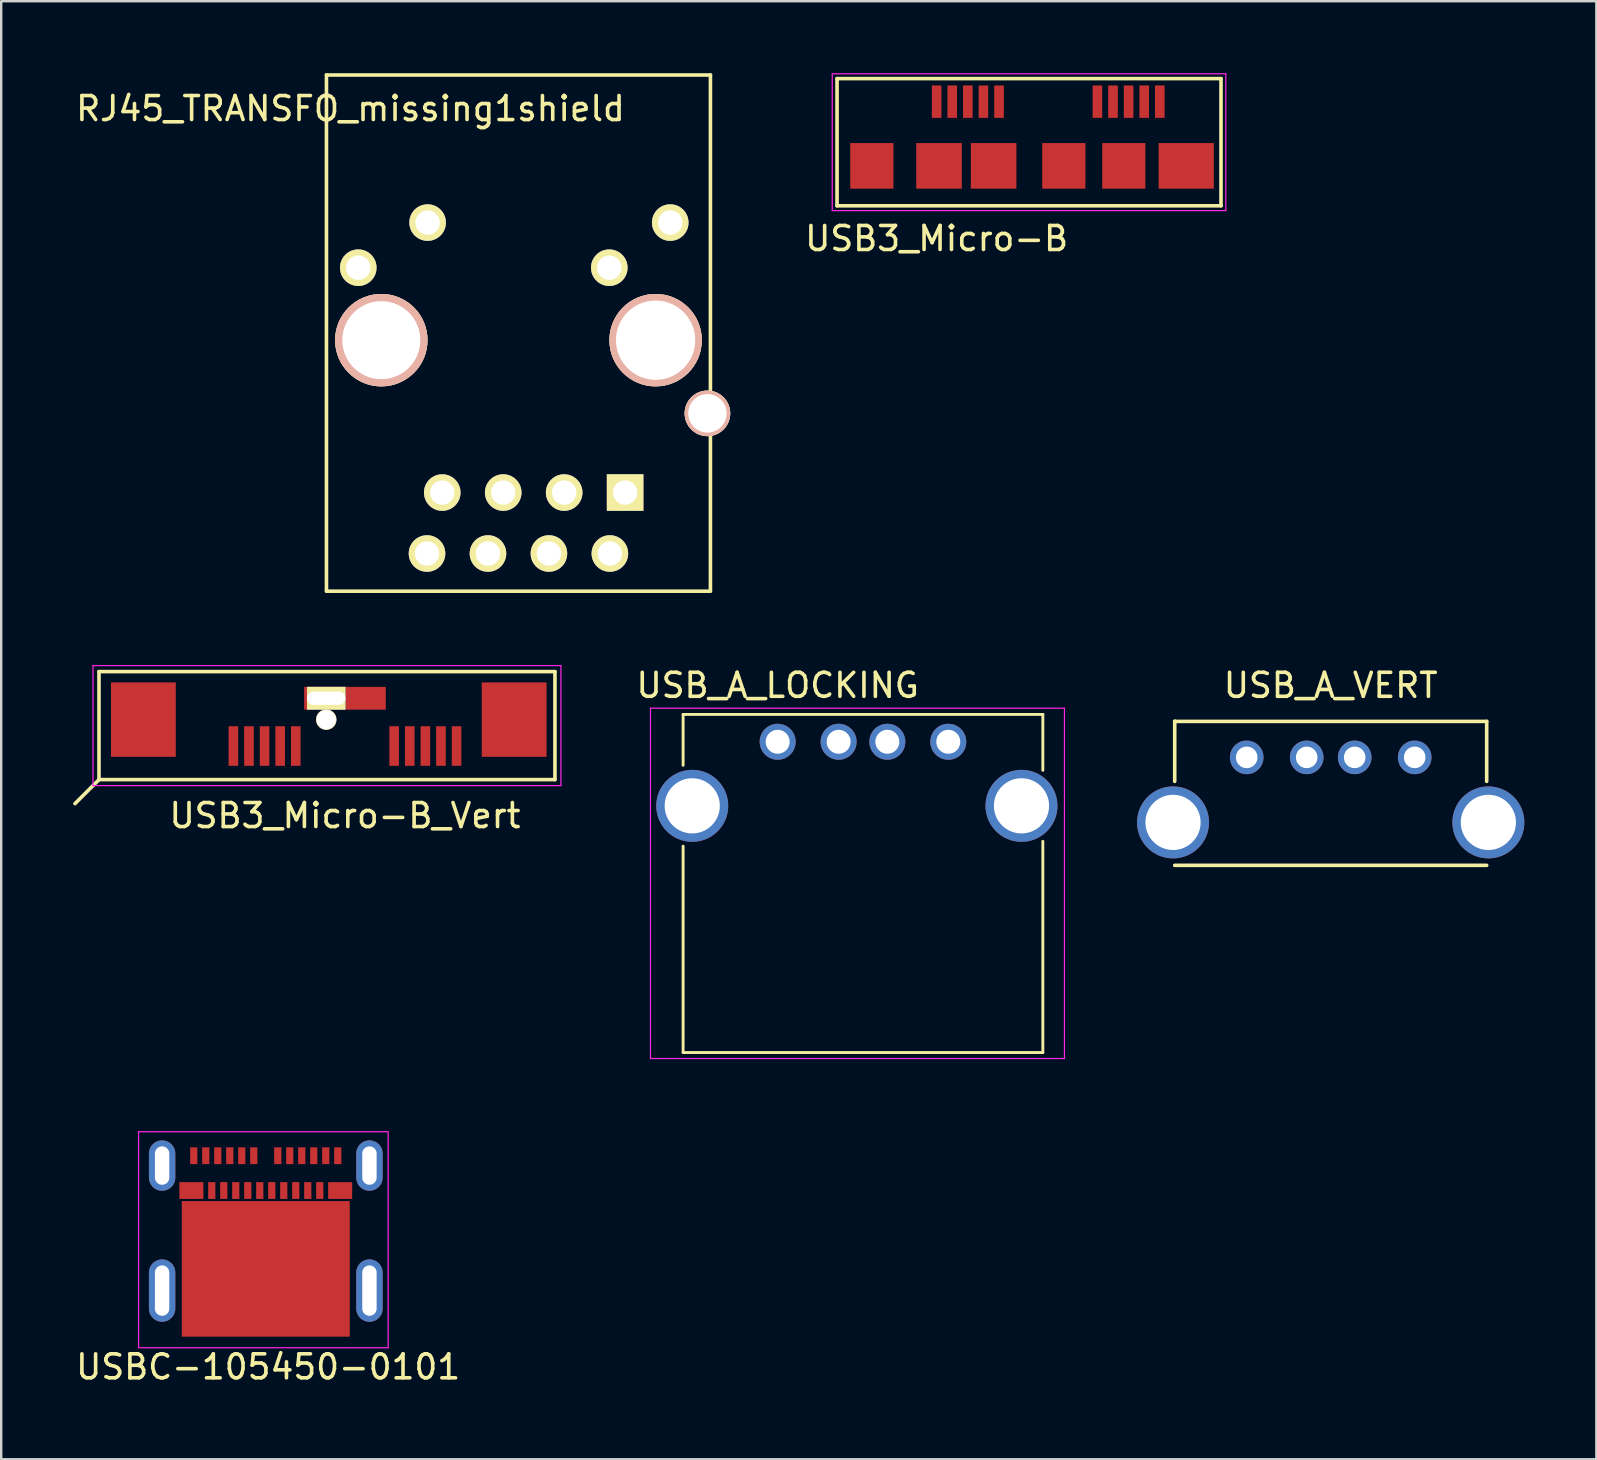
<source format=kicad_pcb>
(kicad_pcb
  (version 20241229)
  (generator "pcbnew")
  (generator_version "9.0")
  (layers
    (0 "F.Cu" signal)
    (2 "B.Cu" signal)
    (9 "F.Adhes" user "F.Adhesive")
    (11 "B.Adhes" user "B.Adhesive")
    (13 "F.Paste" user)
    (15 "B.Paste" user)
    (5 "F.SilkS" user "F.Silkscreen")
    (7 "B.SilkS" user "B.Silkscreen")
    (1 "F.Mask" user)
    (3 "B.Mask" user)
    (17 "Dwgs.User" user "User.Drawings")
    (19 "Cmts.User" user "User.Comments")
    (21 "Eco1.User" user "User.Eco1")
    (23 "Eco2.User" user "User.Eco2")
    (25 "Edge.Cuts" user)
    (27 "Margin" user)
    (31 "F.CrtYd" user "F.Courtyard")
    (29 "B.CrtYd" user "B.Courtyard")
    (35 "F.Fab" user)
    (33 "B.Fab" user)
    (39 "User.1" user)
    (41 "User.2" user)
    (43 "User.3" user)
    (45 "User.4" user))
  (footprint "USB3_Micro-B_Vert"
    (layer "F.Cu")
    (at 11.325 26.937)
    (property "Reference" "USB3_Micro-B_Vert" (at 0 4 0) (layer "F.SilkS") (effects (font (size 1 1) (thickness 0.15))))
    (attr through_hole)
    (fp_line (start -10.25 -2) (end -10.25 2.5) (stroke (width 0.15) (type solid)) (layer "F.SilkS"))
    (fp_line (start -10.25 2.5) (end -11.25 3.5) (stroke (width 0.15) (type solid)) (layer "F.SilkS"))
    (fp_line (start -10.25 2.5) (end 8.75 2.5) (stroke (width 0.15) (type solid)) (layer "F.SilkS"))
    (fp_line (start 8.75 -2) (end -10.25 -2) (stroke (width 0.15) (type solid)) (layer "F.SilkS"))
    (fp_line (start 8.75 2.5) (end 8.75 -2) (stroke (width 0.15) (type solid)) (layer "F.SilkS"))
    (fp_line (start -10.5 -2.25) (end -10.5 2.75) (stroke (width 0.05) (type solid)) (layer "F.CrtYd"))
    (fp_line (start -10.5 2.75) (end 9 2.75) (stroke (width 0.05) (type solid)) (layer "F.CrtYd"))
    (fp_line (start 9 -2.25) (end -10.5 -2.25) (stroke (width 0.05) (type solid)) (layer "F.CrtYd"))
    (fp_line (start 9 2.75) (end 9 -2.25) (stroke (width 0.05) (type solid)) (layer "F.CrtYd"))
    (pad "1" smd rect (at -4.65 1.1) (size 0.4 1.65) (layers "F.Cu" "F.Mask" "F.Paste"))
    (pad "2" smd rect (at -4 1.1) (size 0.4 1.65) (layers "F.Cu" "F.Mask" "F.Paste"))
    (pad "3" smd rect (at -3.35 1.1) (size 0.4 1.65) (layers "F.Cu" "F.Mask" "F.Paste"))
    (pad "4" smd rect (at -2.7 1.1) (size 0.4 1.65) (layers "F.Cu" "F.Mask" "F.Paste"))
    (pad "5" smd rect (at -2.05 1.1) (size 0.4 1.65) (layers "F.Cu" "F.Mask" "F.Paste"))
    (pad "6" smd rect (at 2.05 1.1) (size 0.4 1.65) (layers "F.Cu" "F.Mask" "F.Paste"))
    (pad "7" smd rect (at 2.7 1.1) (size 0.4 1.65) (layers "F.Cu" "F.Mask" "F.Paste"))
    (pad "8" smd rect (at 3.35 1.1) (size 0.4 1.65) (layers "F.Cu" "F.Mask" "F.Paste"))
    (pad "9" smd rect (at 4 1.1) (size 0.4 1.65) (layers "F.Cu" "F.Mask" "F.Paste"))
    (pad "10" smd rect (at 4.65 1.1) (size 0.4 1.65) (layers "F.Cu" "F.Mask" "F.Paste"))
    (pad "SHLD" smd rect (at -8.4 0) (size 2.7 3.1) (layers "F.Cu" "F.Mask" "F.Paste"))
    (pad "SHLD" thru_hole rect (at -0.78 -0.89) (size 1.6 0.95) (drill oval 1.6 0.55) (layers "*.Cu" "*.Mask" "F.SilkS"))
    (pad "SHLD" thru_hole circle (at -0.78 0) (size 0.85 0.85) (drill 0.8) (layers "*.Cu" "*.Mask" "F.SilkS"))
    (pad "SHLD" smd rect (at 0 -0.89) (size 3.4 0.95) (layers "F.Cu" "F.Mask" "F.Paste"))
    (pad "SHLD" smd rect (at 7.05 0) (size 2.7 3.1) (layers "F.Cu" "F.Mask" "F.Paste")))
  (footprint "RJ45_TRANSFO_missing1shield"
    (layer "F.Cu")
    (at 18.554 10.83)
    (property "Reference" "RJ45_TRANSFO_missing1shield" (at -7 -9.355 0) (layer "F.SilkS") (effects (font (size 1 1) (thickness 0.15))))
    (attr through_hole)
    (fp_line (start -8 -10.755) (end 8 -10.755) (stroke (width 0.15) (type solid)) (layer "F.SilkS"))
    (fp_line (start -8 10.745) (end -8 -10.755) (stroke (width 0.15) (type solid)) (layer "F.SilkS"))
    (fp_line (start -8 10.757) (end 8 10.757) (stroke (width 0.15) (type solid)) (layer "F.SilkS"))
    (fp_line (start 8 -10.755) (end 8 10.745) (stroke (width 0.15) (type solid)) (layer "F.SilkS"))
    (pad "1" thru_hole rect (at 4.445 6.645) (size 1.524 1.524) (drill 1.016) (layers "*.Cu" "*.Mask" "F.SilkS"))
    (pad "2" thru_hole circle (at 3.81 9.185) (size 1.524 1.524) (drill 1.016) (layers "*.Cu" "*.Mask" "F.SilkS"))
    (pad "3" thru_hole circle (at 1.905 6.645) (size 1.524 1.524) (drill 1.016) (layers "*.Cu" "*.Mask" "F.SilkS"))
    (pad "4" thru_hole circle (at 1.27 9.185) (size 1.524 1.524) (drill 1.016) (layers "*.Cu" "*.Mask" "F.SilkS"))
    (pad "5" thru_hole circle (at -0.635 6.645) (size 1.524 1.524) (drill 1.016) (layers "*.Cu" "*.Mask" "F.SilkS"))
    (pad "6" thru_hole circle (at -1.27 9.185) (size 1.524 1.524) (drill 1.016) (layers "*.Cu" "*.Mask" "F.SilkS"))
    (pad "7" thru_hole circle (at -3.175 6.645) (size 1.524 1.524) (drill 1.016) (layers "*.Cu" "*.Mask" "F.SilkS"))
    (pad "8" thru_hole circle (at -3.81 9.185) (size 1.524 1.524) (drill 1.016) (layers "*.Cu" "*.Mask" "F.SilkS"))
    (pad "9" thru_hole circle (at 6.325 -4.605) (size 1.524 1.524) (drill 1.02) (layers "*.Cu" "*.Mask" "F.SilkS"))
    (pad "10" thru_hole circle (at 3.785 -2.725) (size 1.524 1.524) (drill 1.02) (layers "*.Cu" "*.Mask" "F.SilkS"))
    (pad "11" thru_hole circle (at -3.785 -4.605) (size 1.524 1.524) (drill 1.02) (layers "*.Cu" "*.Mask" "F.SilkS"))
    (pad "12" thru_hole circle (at -6.675 -2.725) (size 1.524 1.524) (drill 1.02) (layers "*.Cu" "*.Mask" "F.SilkS"))
    (pad "13" thru_hole circle (at 7.875 3.345) (size 1.9 1.9) (drill 1.6) (layers "*.Cu" "*.SilkS" "*.Mask"))
    (pad "Hole" thru_hole circle (at -5.715 0.295) (size 3.851 3.851) (drill 3.25) (layers "*.Cu" "*.SilkS" "*.Mask"))
    (pad "Hole" thru_hole circle (at 5.715 0.295) (size 3.851 3.851) (drill 3.302) (layers "*.Cu" "*.SilkS" "*.Mask")))
  (footprint "USB_A_VERT"
    (layer "F.Cu")
    (at 52.401 28.51)
    (property "Reference" "USB_A_VERT" (at 0 -3 0) (layer "F.SilkS") (effects (font (size 1 1) (thickness 0.15))))
    (attr through_hole)
    (fp_line (start -6.5 -1.5) (end -6.5 -1.5) (stroke (width 0.15) (type solid)) (layer "F.SilkS"))
    (fp_line (start -6.5 -1.5) (end 6.5 -1.5) (stroke (width 0.15) (type solid)) (layer "F.SilkS"))
    (fp_line (start -6.5 1) (end -6.5 -1.5) (stroke (width 0.15) (type solid)) (layer "F.SilkS"))
    (fp_line (start -6.5 4.5) (end 6.5 4.5) (stroke (width 0.15) (type solid)) (layer "F.SilkS"))
    (fp_line (start 6.5 -1.5) (end 6.5 1) (stroke (width 0.15) (type solid)) (layer "F.SilkS"))
    (pad "1" thru_hole circle (at -3.5 0) (size 1.4 1.4) (drill 0.9) (layers "*.Cu" "*.Mask"))
    (pad "2" thru_hole circle (at -1 0) (size 1.4 1.4) (drill 0.9) (layers "*.Cu" "*.Mask"))
    (pad "3" thru_hole circle (at 1 0) (size 1.4 1.4) (drill 0.9) (layers "*.Cu" "*.Mask"))
    (pad "4" thru_hole circle (at 3.5 0) (size 1.4 1.4) (drill 0.9) (layers "*.Cu" "*.Mask"))
    (pad "5" thru_hole circle (at -6.57 2.71) (size 3 3) (drill 2.3) (layers "*.Cu" "*.Mask"))
    (pad "5" thru_hole circle (at 6.57 2.71) (size 3 3) (drill 2.3) (layers "*.Cu" "*.Mask")))
  (footprint "USB_A_LOCKING"
    (layer "F.Cu")
    (at 29.356 27.86)
    (property "Reference" "USB_A_LOCKING" (at 0 -2.35 0) (layer "F.SilkS") (effects (font (size 1 1) (thickness 0.15))))
    (attr through_hole)
    (fp_line (start -3.94 -1.14) (end -3.94 0.98) (stroke (width 0.12) (type solid)) (layer "F.SilkS"))
    (fp_line (start -3.94 4.35) (end -3.94 12.95) (stroke (width 0.12) (type solid)) (layer "F.SilkS"))
    (fp_line (start 11.05 -1.14) (end -3.94 -1.14) (stroke (width 0.12) (type solid)) (layer "F.SilkS"))
    (fp_line (start 11.05 -1.14) (end 11.05 1.19) (stroke (width 0.12) (type solid)) (layer "F.SilkS"))
    (fp_line (start 11.05 4.15) (end 11.05 12.95) (stroke (width 0.12) (type solid)) (layer "F.SilkS"))
    (fp_line (start 11.05 12.95) (end -3.94 12.95) (stroke (width 0.12) (type solid)) (layer "F.SilkS"))
    (fp_line (start -5.3 -1.4) (end 11.95 -1.4) (stroke (width 0.05) (type solid)) (layer "F.CrtYd"))
    (fp_line (start -5.3 13.2) (end -5.3 -1.4) (stroke (width 0.05) (type solid)) (layer "F.CrtYd"))
    (fp_line (start -5.3 13.2) (end 11.95 13.2) (stroke (width 0.05) (type solid)) (layer "F.CrtYd"))
    (fp_line (start 11.95 -1.4) (end 11.95 13.2) (stroke (width 0.05) (type solid)) (layer "F.CrtYd"))
    (pad "1" thru_hole circle (at 0 0 270) (size 1.5 1.5) (drill 1) (layers "*.Cu" "*.Mask"))
    (pad "2" thru_hole circle (at 2.54 0 270) (size 1.5 1.5) (drill 1) (layers "*.Cu" "*.Mask"))
    (pad "3" thru_hole circle (at 4.57 0 270) (size 1.5 1.5) (drill 1) (layers "*.Cu" "*.Mask"))
    (pad "4" thru_hole circle (at 7.11 0 270) (size 1.5 1.5) (drill 1) (layers "*.Cu" "*.Mask"))
    (pad "5" thru_hole circle (at -3.56 2.67 270) (size 3 3) (drill 2.3) (layers "*.Cu" "*.Mask"))
    (pad "5" thru_hole circle (at 10.16 2.67 270) (size 3 3) (drill 2.3) (layers "*.Cu" "*.Mask")))
  (footprint "USB3_Micro-B"
    (layer "F.Cu")
    (at 35.98 1.19)
    (property "Reference" "USB3_Micro-B" (at 0 5.7 0) (layer "F.SilkS") (effects (font (size 1 1) (thickness 0.15))))
    (attr smd)
    (fp_line (start -4.15 -0.965) (end 11.85 -0.965) (stroke (width 0.15) (type solid)) (layer "F.SilkS"))
    (fp_line (start -4.15 4.335) (end -4.15 -0.965) (stroke (width 0.15) (type solid)) (layer "F.SilkS"))
    (fp_line (start 11.85 -0.965) (end 11.85 4.335) (stroke (width 0.15) (type solid)) (layer "F.SilkS"))
    (fp_line (start 11.85 4.335) (end -4.15 4.335) (stroke (width 0.15) (type solid)) (layer "F.SilkS"))
    (fp_line (start -4.35 -1.165) (end 12.05 -1.165) (stroke (width 0.05) (type solid)) (layer "F.CrtYd"))
    (fp_line (start -4.35 4.535) (end -4.35 -1.165) (stroke (width 0.05) (type solid)) (layer "F.CrtYd"))
    (fp_line (start 12.05 -1.165) (end 12.05 4.535) (stroke (width 0.05) (type solid)) (layer "F.CrtYd"))
    (fp_line (start 12.05 4.535) (end -4.35 4.535) (stroke (width 0.05) (type solid)) (layer "F.CrtYd"))
    (pad "1" smd rect (at 0 -0.003) (size 0.4 1.35) (layers "F.Cu"))
    (pad "2" smd rect (at 0.65 -0.003) (size 0.4 1.35) (layers "F.Cu"))
    (pad "3" smd rect (at 1.3 -0.003) (size 0.4 1.35) (layers "F.Cu"))
    (pad "4" smd rect (at 1.95 -0.003) (size 0.4 1.35) (layers "F.Cu"))
    (pad "5" smd rect (at 2.6 -0.003) (size 0.4 1.35) (layers "F.Cu"))
    (pad "6" smd rect (at 6.7 -0.003) (size 0.4 1.35) (layers "F.Cu"))
    (pad "7" smd rect (at 7.35 -0.003) (size 0.4 1.35) (layers "F.Cu"))
    (pad "8" smd rect (at 8 -0.003) (size 0.4 1.35) (layers "F.Cu"))
    (pad "9" smd rect (at 8.65 -0.003) (size 0.4 1.35) (layers "F.Cu"))
    (pad "10" smd rect (at 9.3 -0.003) (size 0.4 1.35) (layers "F.Cu"))
    (pad "SHLD" smd rect (at -2.7 2.672) (size 1.8 1.9) (layers "F.Cu"))
    (pad "SHLD" smd rect (at 0.1 2.672) (size 1.9 1.9) (layers "F.Cu"))
    (pad "SHLD" smd rect (at 2.375 2.672) (size 1.9 1.9) (layers "F.Cu"))
    (pad "SHLD" smd rect (at 5.3 2.672) (size 1.8 1.9) (layers "F.Cu"))
    (pad "SHLD" smd rect (at 7.8 2.672) (size 1.8 1.9) (layers "F.Cu"))
    (pad "SHLD" smd rect (at 10.4 2.672) (size 2.3 1.9) (layers "F.Cu")))
  (footprint "USBC-105450-0101"
    (layer "F.Cu")
    (at 5.025 45.11)
    (property "Reference" "USBC-105450-0101" (at 3.1 8.8 0) (layer "F.SilkS") (effects (font (size 1 1) (thickness 0.15))))
    (attr smd)
    (fp_line (start -2.3 -1) (end -2.3 8) (stroke (width 0.05) (type solid)) (layer "F.CrtYd"))
    (fp_line (start -2.3 8) (end 8.1 8) (stroke (width 0.05) (type solid)) (layer "F.CrtYd"))
    (fp_line (start 8.1 -1) (end -2.3 -1) (stroke (width 0.05) (type solid)) (layer "F.CrtYd"))
    (fp_line (start 8.1 8) (end 8.1 -1) (stroke (width 0.05) (type solid)) (layer "F.CrtYd"))
    (pad "A1" smd rect (at 0 0) (size 0.3 0.7) (layers "F.Cu" "F.Mask" "F.Paste"))
    (pad "A2" smd rect (at 0.5 0) (size 0.3 0.7) (layers "F.Cu" "F.Mask" "F.Paste"))
    (pad "A3" smd rect (at 1 0) (size 0.3 0.7) (layers "F.Cu" "F.Mask" "F.Paste"))
    (pad "A4" smd rect (at 1.5 0) (size 0.3 0.7) (layers "F.Cu" "F.Mask" "F.Paste"))
    (pad "A5" smd rect (at 2 0) (size 0.3 0.7) (layers "F.Cu" "F.Mask" "F.Paste"))
    (pad "A6" smd rect (at 2.5 0) (size 0.3 0.7) (layers "F.Cu" "F.Mask" "F.Paste"))
    (pad "A7" smd rect (at 3.5 0) (size 0.3 0.7) (layers "F.Cu" "F.Mask" "F.Paste"))
    (pad "A8" smd rect (at 4 0) (size 0.3 0.7) (layers "F.Cu" "F.Mask" "F.Paste"))
    (pad "A9" smd rect (at 4.5 0) (size 0.3 0.7) (layers "F.Cu" "F.Mask" "F.Paste"))
    (pad "A10" smd rect (at 5 0) (size 0.3 0.7) (layers "F.Cu" "F.Mask" "F.Paste"))
    (pad "A11" smd rect (at 5.5 0) (size 0.3 0.7) (layers "F.Cu" "F.Mask" "F.Paste"))
    (pad "A12" smd rect (at 6 0) (size 0.3 0.7) (layers "F.Cu" "F.Mask" "F.Paste"))
    (pad "B1" smd rect (at 6.1 1.45) (size 1 0.7) (layers "F.Cu" "F.Mask" "F.Paste"))
    (pad "B2" smd rect (at 5.25 1.45) (size 0.3 0.7) (layers "F.Cu" "F.Mask" "F.Paste"))
    (pad "B3" smd rect (at 4.75 1.45) (size 0.3 0.7) (layers "F.Cu" "F.Mask" "F.Paste"))
    (pad "B4" smd rect (at 4.25 1.45) (size 0.3 0.7) (layers "F.Cu" "F.Mask" "F.Paste"))
    (pad "B5" smd rect (at 3.75 1.45) (size 0.3 0.7) (layers "F.Cu" "F.Mask" "F.Paste"))
    (pad "B6" smd rect (at 3.25 1.45) (size 0.3 0.7) (layers "F.Cu" "F.Mask" "F.Paste"))
    (pad "B7" smd rect (at 2.75 1.45) (size 0.3 0.7) (layers "F.Cu" "F.Mask" "F.Paste"))
    (pad "B8" smd rect (at 2.25 1.45) (size 0.3 0.7) (layers "F.Cu" "F.Mask" "F.Paste"))
    (pad "B9" smd rect (at 1.75 1.45) (size 0.3 0.7) (layers "F.Cu" "F.Mask" "F.Paste"))
    (pad "B10" smd rect (at 1.25 1.45) (size 0.3 0.7) (layers "F.Cu" "F.Mask" "F.Paste"))
    (pad "B11" smd rect (at 0.75 1.45) (size 0.3 0.7) (layers "F.Cu" "F.Mask" "F.Paste"))
    (pad "B12" smd rect (at -0.1 1.45) (size 1 0.7) (layers "F.Cu" "F.Mask" "F.Paste"))
    (pad "EPAD" smd rect (at 3 4.715) (size 7 5.65) (layers "F.Cu" "F.Mask" "F.Paste"))
    (pad "MNT" thru_hole oval (at -1.32 0.41) (size 1.1 2.1) (drill oval 0.6 1.6) (layers "*.Cu" "*.Mask"))
    (pad "MNT" thru_hole oval (at -1.32 5.62) (size 1.1 2.6) (drill oval 0.6 2.1) (layers "*.Cu" "*.Mask"))
    (pad "MNT" thru_hole oval (at 7.32 0.41) (size 1.1 2.1) (drill oval 0.6 1.6) (layers "*.Cu" "*.Mask"))
    (pad "MNT" thru_hole oval (at 7.32 5.62) (size 1.1 2.6) (drill oval 0.6 2.1) (layers "*.Cu" "*.Mask")))
  (gr_rect
    (start -3 -3)
    (end 63.471 57.758)
    (stroke (width 0.1) (type default))
    (fill no)
    (layer "Edge.Cuts")))
</source>
